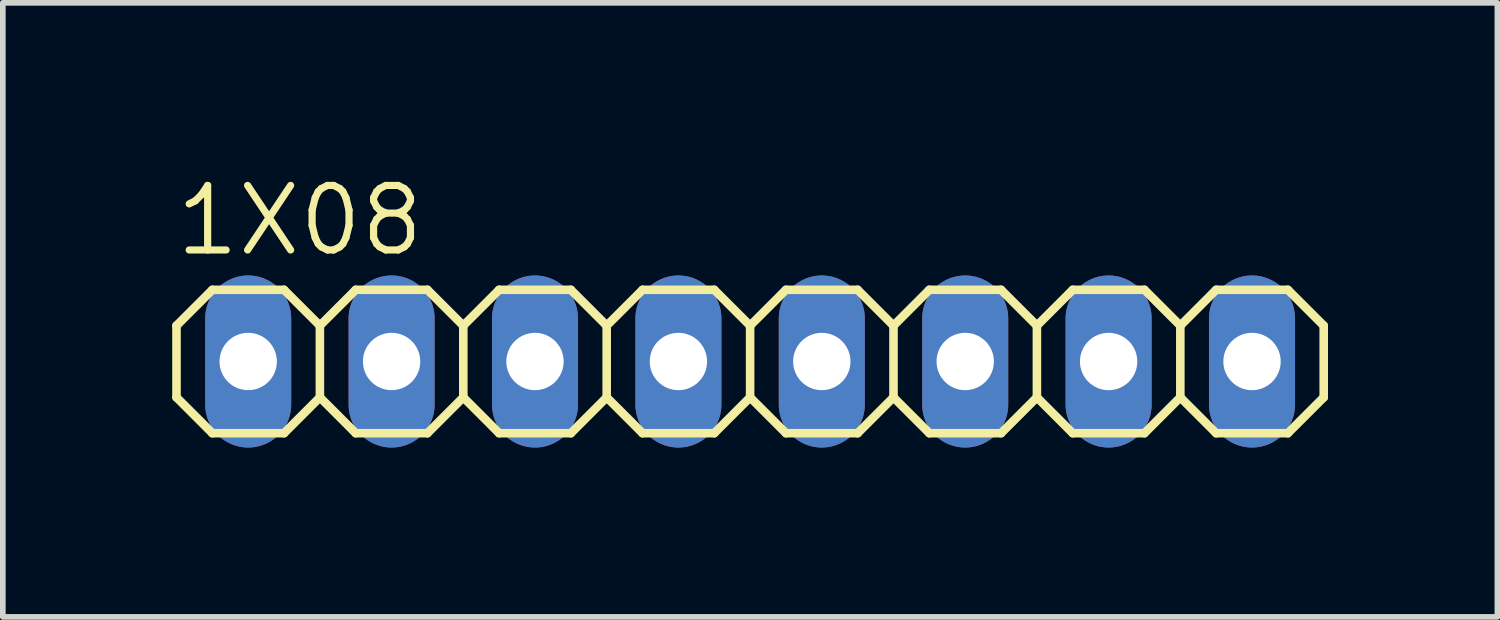
<source format=kicad_pcb>
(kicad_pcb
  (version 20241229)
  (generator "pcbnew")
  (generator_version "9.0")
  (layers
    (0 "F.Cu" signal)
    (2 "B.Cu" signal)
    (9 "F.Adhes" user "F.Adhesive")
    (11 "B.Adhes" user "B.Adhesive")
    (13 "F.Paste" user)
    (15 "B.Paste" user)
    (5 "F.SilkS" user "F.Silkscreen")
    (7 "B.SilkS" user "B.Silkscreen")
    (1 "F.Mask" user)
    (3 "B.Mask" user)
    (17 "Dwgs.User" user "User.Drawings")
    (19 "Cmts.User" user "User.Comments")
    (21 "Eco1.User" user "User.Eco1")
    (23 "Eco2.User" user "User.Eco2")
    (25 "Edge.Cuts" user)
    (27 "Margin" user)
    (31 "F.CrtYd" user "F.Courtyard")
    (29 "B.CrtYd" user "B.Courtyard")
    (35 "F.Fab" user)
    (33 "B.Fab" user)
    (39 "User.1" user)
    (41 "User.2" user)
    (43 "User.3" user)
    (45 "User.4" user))
  (footprint "1X08"
    (layer "F.Cu")
    (at 10.236 3.353)
    (property "Reference" "1X08" (at -10.236 -1.829 0) (layer "F.SilkS") (effects (font (size 1.143 1.143) (thickness 0.127)) (justify left bottom)))
    (fp_line (start -10.16 -0.635) (end -10.16 0.635) (stroke (width 0.152) (type solid)) (layer "F.SilkS"))
    (fp_line (start -10.16 0.635) (end -9.525 1.27) (stroke (width 0.152) (type solid)) (layer "F.SilkS"))
    (fp_line (start -9.525 -1.27) (end -10.16 -0.635) (stroke (width 0.152) (type solid)) (layer "F.SilkS"))
    (fp_line (start -9.525 -1.27) (end -8.255 -1.27) (stroke (width 0.152) (type solid)) (layer "F.SilkS"))
    (fp_line (start -8.255 -1.27) (end -7.62 -0.635) (stroke (width 0.152) (type solid)) (layer "F.SilkS"))
    (fp_line (start -8.255 1.27) (end -9.525 1.27) (stroke (width 0.152) (type solid)) (layer "F.SilkS"))
    (fp_line (start -7.62 -0.635) (end -7.62 0.635) (stroke (width 0.152) (type solid)) (layer "F.SilkS"))
    (fp_line (start -7.62 -0.635) (end -6.985 -1.27) (stroke (width 0.152) (type solid)) (layer "F.SilkS"))
    (fp_line (start -7.62 0.635) (end -8.255 1.27) (stroke (width 0.152) (type solid)) (layer "F.SilkS"))
    (fp_line (start -6.985 -1.27) (end -5.715 -1.27) (stroke (width 0.152) (type solid)) (layer "F.SilkS"))
    (fp_line (start -6.985 1.27) (end -7.62 0.635) (stroke (width 0.152) (type solid)) (layer "F.SilkS"))
    (fp_line (start -5.715 -1.27) (end -5.08 -0.635) (stroke (width 0.152) (type solid)) (layer "F.SilkS"))
    (fp_line (start -5.715 1.27) (end -6.985 1.27) (stroke (width 0.152) (type solid)) (layer "F.SilkS"))
    (fp_line (start -5.08 -0.635) (end -5.08 0.635) (stroke (width 0.152) (type solid)) (layer "F.SilkS"))
    (fp_line (start -5.08 -0.635) (end -4.445 -1.27) (stroke (width 0.152) (type solid)) (layer "F.SilkS"))
    (fp_line (start -5.08 0.635) (end -5.715 1.27) (stroke (width 0.152) (type solid)) (layer "F.SilkS"))
    (fp_line (start -4.445 -1.27) (end -3.175 -1.27) (stroke (width 0.152) (type solid)) (layer "F.SilkS"))
    (fp_line (start -4.445 1.27) (end -5.08 0.635) (stroke (width 0.152) (type solid)) (layer "F.SilkS"))
    (fp_line (start -3.175 -1.27) (end -2.54 -0.635) (stroke (width 0.152) (type solid)) (layer "F.SilkS"))
    (fp_line (start -3.175 1.27) (end -4.445 1.27) (stroke (width 0.152) (type solid)) (layer "F.SilkS"))
    (fp_line (start -2.54 -0.635) (end -2.54 0.635) (stroke (width 0.152) (type solid)) (layer "F.SilkS"))
    (fp_line (start -2.54 0.635) (end -3.175 1.27) (stroke (width 0.152) (type solid)) (layer "F.SilkS"))
    (fp_line (start -2.54 0.635) (end -1.905 1.27) (stroke (width 0.152) (type solid)) (layer "F.SilkS"))
    (fp_line (start -1.905 -1.27) (end -2.54 -0.635) (stroke (width 0.152) (type solid)) (layer "F.SilkS"))
    (fp_line (start -1.905 -1.27) (end -0.635 -1.27) (stroke (width 0.152) (type solid)) (layer "F.SilkS"))
    (fp_line (start -0.635 -1.27) (end 0 -0.635) (stroke (width 0.152) (type solid)) (layer "F.SilkS"))
    (fp_line (start -0.635 1.27) (end -1.905 1.27) (stroke (width 0.152) (type solid)) (layer "F.SilkS"))
    (fp_line (start 0 -0.635) (end 0 0.635) (stroke (width 0.152) (type solid)) (layer "F.SilkS"))
    (fp_line (start 0 -0.635) (end 0.635 -1.27) (stroke (width 0.152) (type solid)) (layer "F.SilkS"))
    (fp_line (start 0 0.635) (end -0.635 1.27) (stroke (width 0.152) (type solid)) (layer "F.SilkS"))
    (fp_line (start 0.635 -1.27) (end 1.905 -1.27) (stroke (width 0.152) (type solid)) (layer "F.SilkS"))
    (fp_line (start 0.635 1.27) (end 0 0.635) (stroke (width 0.152) (type solid)) (layer "F.SilkS"))
    (fp_line (start 1.905 -1.27) (end 2.54 -0.635) (stroke (width 0.152) (type solid)) (layer "F.SilkS"))
    (fp_line (start 1.905 1.27) (end 0.635 1.27) (stroke (width 0.152) (type solid)) (layer "F.SilkS"))
    (fp_line (start 2.54 -0.635) (end 2.54 0.635) (stroke (width 0.152) (type solid)) (layer "F.SilkS"))
    (fp_line (start 2.54 -0.635) (end 3.175 -1.27) (stroke (width 0.152) (type solid)) (layer "F.SilkS"))
    (fp_line (start 2.54 0.635) (end 1.905 1.27) (stroke (width 0.152) (type solid)) (layer "F.SilkS"))
    (fp_line (start 3.175 -1.27) (end 4.445 -1.27) (stroke (width 0.152) (type solid)) (layer "F.SilkS"))
    (fp_line (start 3.175 1.27) (end 2.54 0.635) (stroke (width 0.152) (type solid)) (layer "F.SilkS"))
    (fp_line (start 4.445 -1.27) (end 5.08 -0.635) (stroke (width 0.152) (type solid)) (layer "F.SilkS"))
    (fp_line (start 4.445 1.27) (end 3.175 1.27) (stroke (width 0.152) (type solid)) (layer "F.SilkS"))
    (fp_line (start 5.08 -0.635) (end 5.08 0.635) (stroke (width 0.152) (type solid)) (layer "F.SilkS"))
    (fp_line (start 5.08 0.635) (end 4.445 1.27) (stroke (width 0.152) (type solid)) (layer "F.SilkS"))
    (fp_line (start 5.08 0.635) (end 5.715 1.27) (stroke (width 0.152) (type solid)) (layer "F.SilkS"))
    (fp_line (start 5.715 -1.27) (end 5.08 -0.635) (stroke (width 0.152) (type solid)) (layer "F.SilkS"))
    (fp_line (start 5.715 -1.27) (end 6.985 -1.27) (stroke (width 0.152) (type solid)) (layer "F.SilkS"))
    (fp_line (start 6.985 -1.27) (end 7.62 -0.635) (stroke (width 0.152) (type solid)) (layer "F.SilkS"))
    (fp_line (start 6.985 1.27) (end 5.715 1.27) (stroke (width 0.152) (type solid)) (layer "F.SilkS"))
    (fp_line (start 7.62 -0.635) (end 7.62 0.635) (stroke (width 0.152) (type solid)) (layer "F.SilkS"))
    (fp_line (start 7.62 0.635) (end 6.985 1.27) (stroke (width 0.152) (type solid)) (layer "F.SilkS"))
    (fp_line (start 7.62 0.635) (end 8.255 1.27) (stroke (width 0.152) (type solid)) (layer "F.SilkS"))
    (fp_line (start 8.255 -1.27) (end 7.62 -0.635) (stroke (width 0.152) (type solid)) (layer "F.SilkS"))
    (fp_line (start 8.255 -1.27) (end 9.525 -1.27) (stroke (width 0.152) (type solid)) (layer "F.SilkS"))
    (fp_line (start 9.525 -1.27) (end 10.16 -0.635) (stroke (width 0.152) (type solid)) (layer "F.SilkS"))
    (fp_line (start 9.525 1.27) (end 8.255 1.27) (stroke (width 0.152) (type solid)) (layer "F.SilkS"))
    (fp_line (start 10.16 -0.635) (end 10.16 0.635) (stroke (width 0.152) (type solid)) (layer "F.SilkS"))
    (fp_line (start 10.16 0.635) (end 9.525 1.27) (stroke (width 0.152) (type solid)) (layer "F.SilkS"))
    (fp_poly (pts (xy -9.144 0.254) (xy -8.636 0.254) (xy -8.636 -0.254) (xy -9.144 -0.254)) (stroke (width 0.1) (type solid)) (fill no) (layer "F.Fab"))
    (fp_poly (pts (xy -6.604 0.254) (xy -6.096 0.254) (xy -6.096 -0.254) (xy -6.604 -0.254)) (stroke (width 0.1) (type solid)) (fill no) (layer "F.Fab"))
    (fp_poly (pts (xy -4.064 0.254) (xy -3.556 0.254) (xy -3.556 -0.254) (xy -4.064 -0.254)) (stroke (width 0.1) (type solid)) (fill no) (layer "F.Fab"))
    (fp_poly (pts (xy -1.524 0.254) (xy -1.016 0.254) (xy -1.016 -0.254) (xy -1.524 -0.254)) (stroke (width 0.1) (type solid)) (fill no) (layer "F.Fab"))
    (fp_poly (pts (xy 1.016 0.254) (xy 1.524 0.254) (xy 1.524 -0.254) (xy 1.016 -0.254)) (stroke (width 0.1) (type solid)) (fill no) (layer "F.Fab"))
    (fp_poly (pts (xy 3.556 0.254) (xy 4.064 0.254) (xy 4.064 -0.254) (xy 3.556 -0.254)) (stroke (width 0.1) (type solid)) (fill no) (layer "F.Fab"))
    (fp_poly (pts (xy 6.096 0.254) (xy 6.604 0.254) (xy 6.604 -0.254) (xy 6.096 -0.254)) (stroke (width 0.1) (type solid)) (fill no) (layer "F.Fab"))
    (fp_poly (pts (xy 8.636 0.254) (xy 9.144 0.254) (xy 9.144 -0.254) (xy 8.636 -0.254)) (stroke (width 0.1) (type solid)) (fill no) (layer "F.Fab"))
    (pad "1" thru_hole oval (at -8.89 0 90) (size 3.048 1.524) (drill 1.016) (layers "*.Cu" "*.Mask"))
    (pad "2" thru_hole oval (at -6.35 0 90) (size 3.048 1.524) (drill 1.016) (layers "*.Cu" "*.Mask"))
    (pad "3" thru_hole oval (at -3.81 0 90) (size 3.048 1.524) (drill 1.016) (layers "*.Cu" "*.Mask"))
    (pad "4" thru_hole oval (at -1.27 0 90) (size 3.048 1.524) (drill 1.016) (layers "*.Cu" "*.Mask"))
    (pad "5" thru_hole oval (at 1.27 0 90) (size 3.048 1.524) (drill 1.016) (layers "*.Cu" "*.Mask"))
    (pad "6" thru_hole oval (at 3.81 0 90) (size 3.048 1.524) (drill 1.016) (layers "*.Cu" "*.Mask"))
    (pad "7" thru_hole oval (at 6.35 0 90) (size 3.048 1.524) (drill 1.016) (layers "*.Cu" "*.Mask"))
    (pad "8" thru_hole oval (at 8.89 0 90) (size 3.048 1.524) (drill 1.016) (layers "*.Cu" "*.Mask")))
  (gr_rect
    (start -3 -3)
    (end 23.472 7.877)
    (stroke (width 0.1) (type default))
    (fill no)
    (layer "Edge.Cuts")))
</source>
